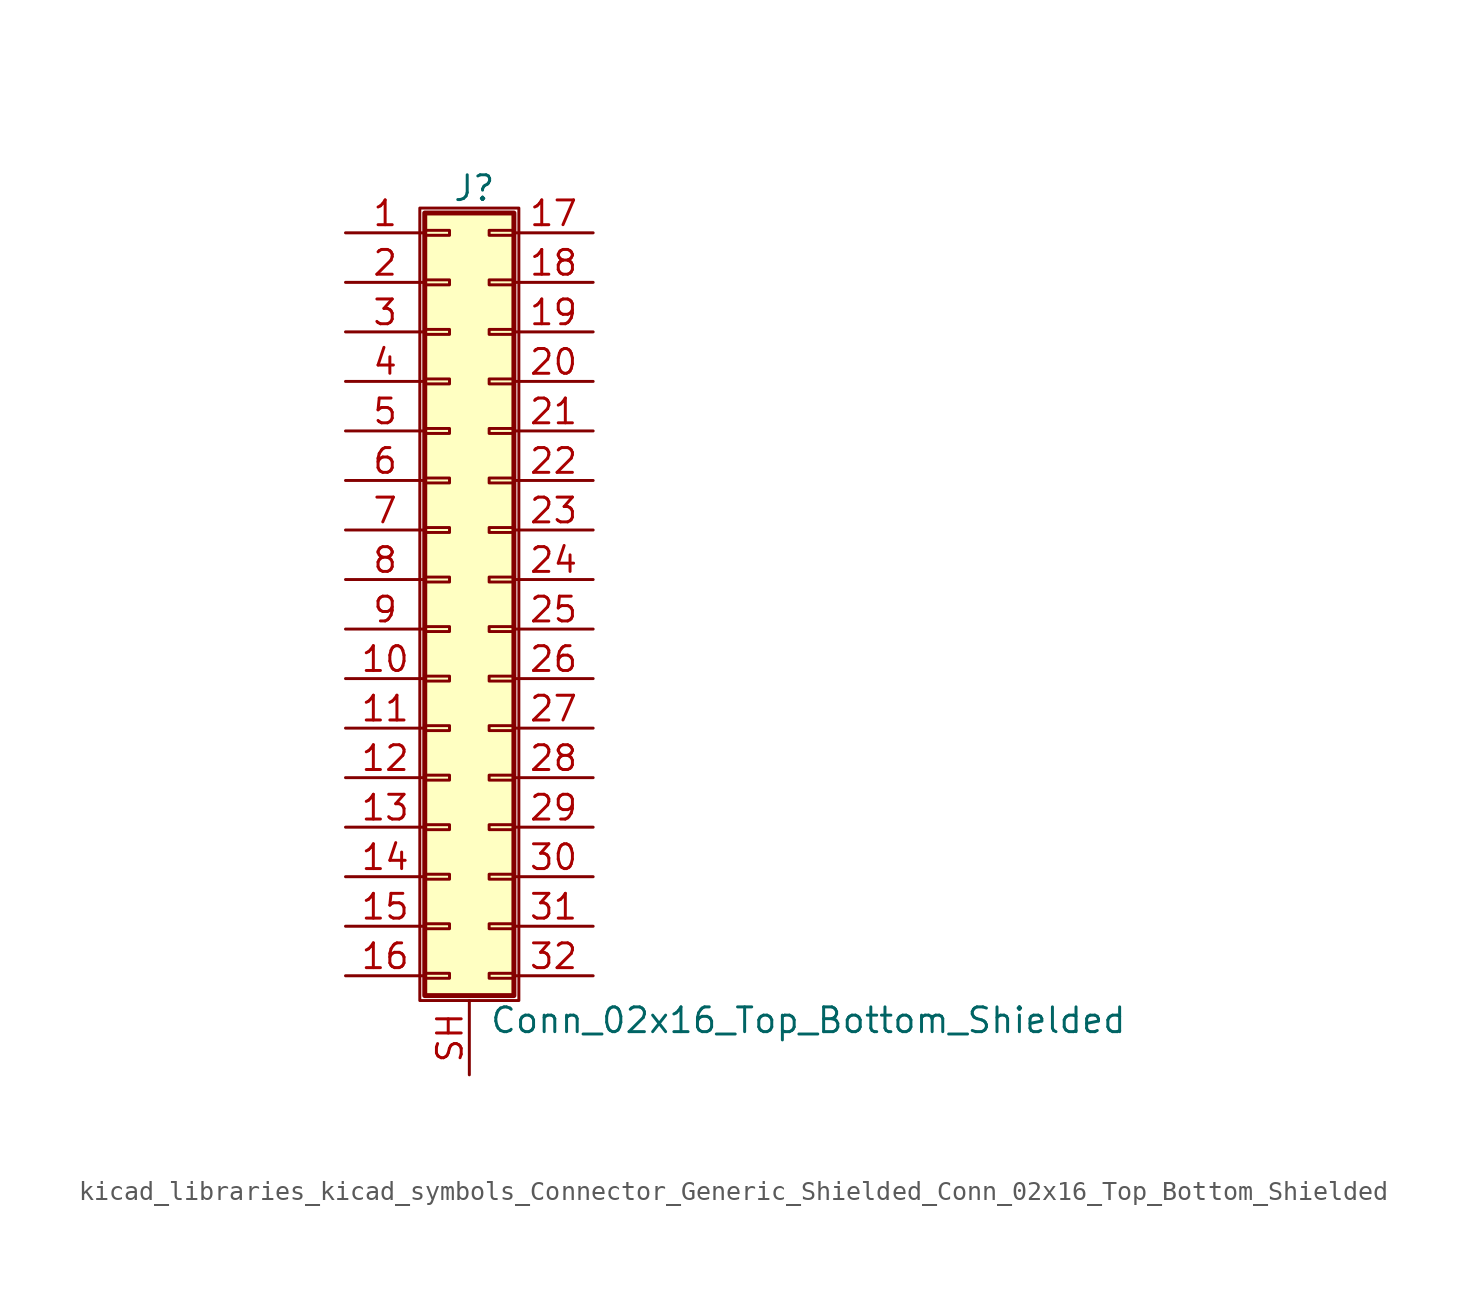
<source format=kicad_sym>
(kicad_symbol_lib
  (version 20220914)
  (generator kicad_symbol_editor)
  (symbol "kicad_libraries_kicad_symbols_Connector_Generic_Shielded_Conn_02x16_Top_Bottom_Shielded"
    (pin_names
      (offset 1.016) hide)
    (property "Reference" "J"
      (at 1.524 20.066 0)
      (effects (font (size 1.27 1.27))))
    (property "Value" "Conn_02x16_Top_Bottom_Shielded"
      (at 2.286 -22.606 0)
      (effects (font (size 1.27 1.27)) (justify left)))
    (symbol "kicad_libraries_kicad_symbols_Connector_Generic_Shielded_Conn_02x16_Top_Bottom_Shielded_1_1"
      (rectangle (start -1.27 19.05) (end 3.81 -21.59) (stroke (width 0.152) (type default)) (fill (type none)))
      (rectangle (start -1.016 -20.193) (end 0.254 -20.447) (stroke (width 0.152) (type default)) (fill (type none)))
      (rectangle (start -1.016 -17.653) (end 0.254 -17.907) (stroke (width 0.152) (type default)) (fill (type none)))
      (rectangle (start -1.016 -15.113) (end 0.254 -15.367) (stroke (width 0.152) (type default)) (fill (type none)))
      (rectangle (start -1.016 -12.573) (end 0.254 -12.827) (stroke (width 0.152) (type default)) (fill (type none)))
      (rectangle (start -1.016 -10.033) (end 0.254 -10.287) (stroke (width 0.152) (type default)) (fill (type none)))
      (rectangle (start -1.016 -7.493) (end 0.254 -7.747) (stroke (width 0.152) (type default)) (fill (type none)))
      (rectangle (start -1.016 -4.953) (end 0.254 -5.207) (stroke (width 0.152) (type default)) (fill (type none)))
      (rectangle (start -1.016 -2.413) (end 0.254 -2.667) (stroke (width 0.152) (type default)) (fill (type none)))
      (rectangle (start -1.016 0.127) (end 0.254 -0.127) (stroke (width 0.152) (type default)) (fill (type none)))
      (rectangle (start -1.016 2.667) (end 0.254 2.413) (stroke (width 0.152) (type default)) (fill (type none)))
      (rectangle (start -1.016 5.207) (end 0.254 4.953) (stroke (width 0.152) (type default)) (fill (type none)))
      (rectangle (start -1.016 7.747) (end 0.254 7.493) (stroke (width 0.152) (type default)) (fill (type none)))
      (rectangle (start -1.016 10.287) (end 0.254 10.033) (stroke (width 0.152) (type default)) (fill (type none)))
      (rectangle (start -1.016 12.827) (end 0.254 12.573) (stroke (width 0.152) (type default)) (fill (type none)))
      (rectangle (start -1.016 15.367) (end 0.254 15.113) (stroke (width 0.152) (type default)) (fill (type none)))
      (rectangle (start -1.016 17.907) (end 0.254 17.653) (stroke (width 0.152) (type default)) (fill (type none)))
      (rectangle (start -1.016 18.796) (end 3.556 -21.336) (stroke (width 0.254) (type default)) (fill (type background)))
      (rectangle (start 3.556 -20.193) (end 2.286 -20.447) (stroke (width 0.152) (type default)) (fill (type none)))
      (rectangle (start 3.556 -17.653) (end 2.286 -17.907) (stroke (width 0.152) (type default)) (fill (type none)))
      (rectangle (start 3.556 -15.113) (end 2.286 -15.367) (stroke (width 0.152) (type default)) (fill (type none)))
      (rectangle (start 3.556 -12.573) (end 2.286 -12.827) (stroke (width 0.152) (type default)) (fill (type none)))
      (rectangle (start 3.556 -10.033) (end 2.286 -10.287) (stroke (width 0.152) (type default)) (fill (type none)))
      (rectangle (start 3.556 -7.493) (end 2.286 -7.747) (stroke (width 0.152) (type default)) (fill (type none)))
      (rectangle (start 3.556 -4.953) (end 2.286 -5.207) (stroke (width 0.152) (type default)) (fill (type none)))
      (rectangle (start 3.556 -2.413) (end 2.286 -2.667) (stroke (width 0.152) (type default)) (fill (type none)))
      (rectangle (start 3.556 0.127) (end 2.286 -0.127) (stroke (width 0.152) (type default)) (fill (type none)))
      (rectangle (start 3.556 2.667) (end 2.286 2.413) (stroke (width 0.152) (type default)) (fill (type none)))
      (rectangle (start 3.556 5.207) (end 2.286 4.953) (stroke (width 0.152) (type default)) (fill (type none)))
      (rectangle (start 3.556 7.747) (end 2.286 7.493) (stroke (width 0.152) (type default)) (fill (type none)))
      (rectangle (start 3.556 10.287) (end 2.286 10.033) (stroke (width 0.152) (type default)) (fill (type none)))
      (rectangle (start 3.556 12.827) (end 2.286 12.573) (stroke (width 0.152) (type default)) (fill (type none)))
      (rectangle (start 3.556 15.367) (end 2.286 15.113) (stroke (width 0.152) (type default)) (fill (type none)))
      (rectangle (start 3.556 17.907) (end 2.286 17.653) (stroke (width 0.152) (type default)) (fill (type none)))
      (pin passive line (at -5.08 17.78 0) (length 4.064) (name "Pin_1" (effects (font (size 1.27 1.27)))) (number "1" (effects (font (size 1.27 1.27)))))
      (pin passive line (at -5.08 -5.08 0) (length 4.064) (name "Pin_10" (effects (font (size 1.27 1.27)))) (number "10" (effects (font (size 1.27 1.27)))))
      (pin passive line (at -5.08 -7.62 0) (length 4.064) (name "Pin_11" (effects (font (size 1.27 1.27)))) (number "11" (effects (font (size 1.27 1.27)))))
      (pin passive line (at -5.08 -10.16 0) (length 4.064) (name "Pin_12" (effects (font (size 1.27 1.27)))) (number "12" (effects (font (size 1.27 1.27)))))
      (pin passive line (at -5.08 -12.7 0) (length 4.064) (name "Pin_13" (effects (font (size 1.27 1.27)))) (number "13" (effects (font (size 1.27 1.27)))))
      (pin passive line (at -5.08 -15.24 0) (length 4.064) (name "Pin_14" (effects (font (size 1.27 1.27)))) (number "14" (effects (font (size 1.27 1.27)))))
      (pin passive line (at -5.08 -17.78 0) (length 4.064) (name "Pin_15" (effects (font (size 1.27 1.27)))) (number "15" (effects (font (size 1.27 1.27)))))
      (pin passive line (at -5.08 -20.32 0) (length 4.064) (name "Pin_16" (effects (font (size 1.27 1.27)))) (number "16" (effects (font (size 1.27 1.27)))))
      (pin passive line (at 7.62 17.78 180) (length 4.064) (name "Pin_17" (effects (font (size 1.27 1.27)))) (number "17" (effects (font (size 1.27 1.27)))))
      (pin passive line (at 7.62 15.24 180) (length 4.064) (name "Pin_18" (effects (font (size 1.27 1.27)))) (number "18" (effects (font (size 1.27 1.27)))))
      (pin passive line (at 7.62 12.7 180) (length 4.064) (name "Pin_19" (effects (font (size 1.27 1.27)))) (number "19" (effects (font (size 1.27 1.27)))))
      (pin passive line (at -5.08 15.24 0) (length 4.064) (name "Pin_2" (effects (font (size 1.27 1.27)))) (number "2" (effects (font (size 1.27 1.27)))))
      (pin passive line (at 7.62 10.16 180) (length 4.064) (name "Pin_20" (effects (font (size 1.27 1.27)))) (number "20" (effects (font (size 1.27 1.27)))))
      (pin passive line (at 7.62 7.62 180) (length 4.064) (name "Pin_21" (effects (font (size 1.27 1.27)))) (number "21" (effects (font (size 1.27 1.27)))))
      (pin passive line (at 7.62 5.08 180) (length 4.064) (name "Pin_22" (effects (font (size 1.27 1.27)))) (number "22" (effects (font (size 1.27 1.27)))))
      (pin passive line (at 7.62 2.54 180) (length 4.064) (name "Pin_23" (effects (font (size 1.27 1.27)))) (number "23" (effects (font (size 1.27 1.27)))))
      (pin passive line (at 7.62 0 180) (length 4.064) (name "Pin_24" (effects (font (size 1.27 1.27)))) (number "24" (effects (font (size 1.27 1.27)))))
      (pin passive line (at 7.62 -2.54 180) (length 4.064) (name "Pin_25" (effects (font (size 1.27 1.27)))) (number "25" (effects (font (size 1.27 1.27)))))
      (pin passive line (at 7.62 -5.08 180) (length 4.064) (name "Pin_26" (effects (font (size 1.27 1.27)))) (number "26" (effects (font (size 1.27 1.27)))))
      (pin passive line (at 7.62 -7.62 180) (length 4.064) (name "Pin_27" (effects (font (size 1.27 1.27)))) (number "27" (effects (font (size 1.27 1.27)))))
      (pin passive line (at 7.62 -10.16 180) (length 4.064) (name "Pin_28" (effects (font (size 1.27 1.27)))) (number "28" (effects (font (size 1.27 1.27)))))
      (pin passive line (at 7.62 -12.7 180) (length 4.064) (name "Pin_29" (effects (font (size 1.27 1.27)))) (number "29" (effects (font (size 1.27 1.27)))))
      (pin passive line (at -5.08 12.7 0) (length 4.064) (name "Pin_3" (effects (font (size 1.27 1.27)))) (number "3" (effects (font (size 1.27 1.27)))))
      (pin passive line (at 7.62 -15.24 180) (length 4.064) (name "Pin_30" (effects (font (size 1.27 1.27)))) (number "30" (effects (font (size 1.27 1.27)))))
      (pin passive line (at 7.62 -17.78 180) (length 4.064) (name "Pin_31" (effects (font (size 1.27 1.27)))) (number "31" (effects (font (size 1.27 1.27)))))
      (pin passive line (at 7.62 -20.32 180) (length 4.064) (name "Pin_32" (effects (font (size 1.27 1.27)))) (number "32" (effects (font (size 1.27 1.27)))))
      (pin passive line (at -5.08 10.16 0) (length 4.064) (name "Pin_4" (effects (font (size 1.27 1.27)))) (number "4" (effects (font (size 1.27 1.27)))))
      (pin passive line (at -5.08 7.62 0) (length 4.064) (name "Pin_5" (effects (font (size 1.27 1.27)))) (number "5" (effects (font (size 1.27 1.27)))))
      (pin passive line (at -5.08 5.08 0) (length 4.064) (name "Pin_6" (effects (font (size 1.27 1.27)))) (number "6" (effects (font (size 1.27 1.27)))))
      (pin passive line (at -5.08 2.54 0) (length 4.064) (name "Pin_7" (effects (font (size 1.27 1.27)))) (number "7" (effects (font (size 1.27 1.27)))))
      (pin passive line (at -5.08 0 0) (length 4.064) (name "Pin_8" (effects (font (size 1.27 1.27)))) (number "8" (effects (font (size 1.27 1.27)))))
      (pin passive line (at -5.08 -2.54 0) (length 4.064) (name "Pin_9" (effects (font (size 1.27 1.27)))) (number "9" (effects (font (size 1.27 1.27)))))
      (pin passive line (at 1.27 -25.4 90) (length 3.81) (name "Shield" (effects (font (size 1.27 1.27)))) (number "SH" (effects (font (size 1.27 1.27))))))))
</source>
